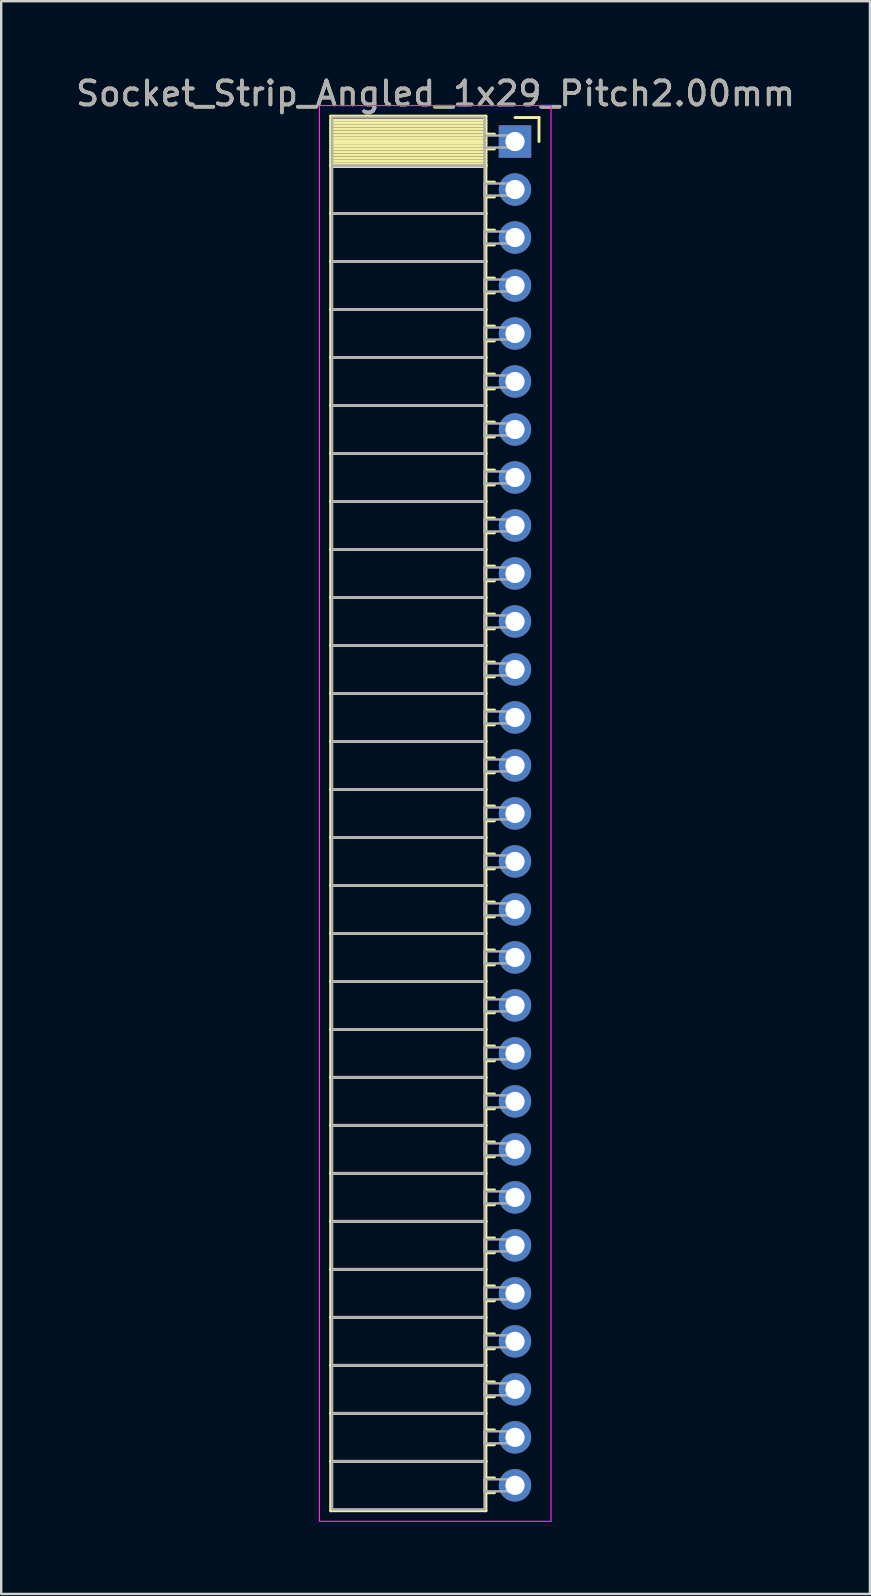
<source format=kicad_pcb>
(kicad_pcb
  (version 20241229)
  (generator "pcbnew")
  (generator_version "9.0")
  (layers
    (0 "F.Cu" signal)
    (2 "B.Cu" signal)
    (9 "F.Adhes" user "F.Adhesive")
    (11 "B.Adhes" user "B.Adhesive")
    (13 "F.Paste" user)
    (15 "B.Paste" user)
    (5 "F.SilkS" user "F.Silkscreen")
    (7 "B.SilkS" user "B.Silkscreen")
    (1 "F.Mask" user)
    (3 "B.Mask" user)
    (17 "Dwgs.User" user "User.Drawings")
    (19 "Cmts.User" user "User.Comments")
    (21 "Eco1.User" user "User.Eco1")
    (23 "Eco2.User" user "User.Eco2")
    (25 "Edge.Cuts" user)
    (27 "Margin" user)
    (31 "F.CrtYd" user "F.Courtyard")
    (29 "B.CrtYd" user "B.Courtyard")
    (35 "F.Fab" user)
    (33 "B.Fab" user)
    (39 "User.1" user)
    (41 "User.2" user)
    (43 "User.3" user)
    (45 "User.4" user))
  (footprint "Socket_Strip_Angled_1x29_Pitch2.00mm"
    (layer "F.Cu")
    (at 18.411 2.848)
    (property "Reference" "Socket_Strip_Angled_1x29_Pitch2.00mm" (at -3.31 -2 0) (layer "F.SilkS") (effects (font (size 1 1) (thickness 0.15))))
    (attr through_hole)
    (fp_line (start -7.68 -1.06) (end -1.21 -1.06) (stroke (width 0.12) (type solid)) (layer "F.SilkS"))
    (fp_line (start -7.68 1) (end -7.68 -1.06) (stroke (width 0.12) (type solid)) (layer "F.SilkS"))
    (fp_line (start -7.68 1) (end -1.21 1) (stroke (width 0.12) (type solid)) (layer "F.SilkS"))
    (fp_line (start -7.68 3) (end -7.68 1) (stroke (width 0.12) (type solid)) (layer "F.SilkS"))
    (fp_line (start -7.68 3) (end -1.21 3) (stroke (width 0.12) (type solid)) (layer "F.SilkS"))
    (fp_line (start -7.68 5) (end -7.68 3) (stroke (width 0.12) (type solid)) (layer "F.SilkS"))
    (fp_line (start -7.68 5) (end -1.21 5) (stroke (width 0.12) (type solid)) (layer "F.SilkS"))
    (fp_line (start -7.68 7) (end -7.68 5) (stroke (width 0.12) (type solid)) (layer "F.SilkS"))
    (fp_line (start -7.68 7) (end -1.21 7) (stroke (width 0.12) (type solid)) (layer "F.SilkS"))
    (fp_line (start -7.68 9) (end -7.68 7) (stroke (width 0.12) (type solid)) (layer "F.SilkS"))
    (fp_line (start -7.68 9) (end -1.21 9) (stroke (width 0.12) (type solid)) (layer "F.SilkS"))
    (fp_line (start -7.68 11) (end -7.68 9) (stroke (width 0.12) (type solid)) (layer "F.SilkS"))
    (fp_line (start -7.68 11) (end -1.21 11) (stroke (width 0.12) (type solid)) (layer "F.SilkS"))
    (fp_line (start -7.68 13) (end -7.68 11) (stroke (width 0.12) (type solid)) (layer "F.SilkS"))
    (fp_line (start -7.68 13) (end -1.21 13) (stroke (width 0.12) (type solid)) (layer "F.SilkS"))
    (fp_line (start -7.68 15) (end -7.68 13) (stroke (width 0.12) (type solid)) (layer "F.SilkS"))
    (fp_line (start -7.68 15) (end -1.21 15) (stroke (width 0.12) (type solid)) (layer "F.SilkS"))
    (fp_line (start -7.68 17) (end -7.68 15) (stroke (width 0.12) (type solid)) (layer "F.SilkS"))
    (fp_line (start -7.68 17) (end -1.21 17) (stroke (width 0.12) (type solid)) (layer "F.SilkS"))
    (fp_line (start -7.68 19) (end -7.68 17) (stroke (width 0.12) (type solid)) (layer "F.SilkS"))
    (fp_line (start -7.68 19) (end -1.21 19) (stroke (width 0.12) (type solid)) (layer "F.SilkS"))
    (fp_line (start -7.68 21) (end -7.68 19) (stroke (width 0.12) (type solid)) (layer "F.SilkS"))
    (fp_line (start -7.68 21) (end -1.21 21) (stroke (width 0.12) (type solid)) (layer "F.SilkS"))
    (fp_line (start -7.68 23) (end -7.68 21) (stroke (width 0.12) (type solid)) (layer "F.SilkS"))
    (fp_line (start -7.68 23) (end -1.21 23) (stroke (width 0.12) (type solid)) (layer "F.SilkS"))
    (fp_line (start -7.68 25) (end -7.68 23) (stroke (width 0.12) (type solid)) (layer "F.SilkS"))
    (fp_line (start -7.68 25) (end -1.21 25) (stroke (width 0.12) (type solid)) (layer "F.SilkS"))
    (fp_line (start -7.68 27) (end -7.68 25) (stroke (width 0.12) (type solid)) (layer "F.SilkS"))
    (fp_line (start -7.68 27) (end -1.21 27) (stroke (width 0.12) (type solid)) (layer "F.SilkS"))
    (fp_line (start -7.68 29) (end -7.68 27) (stroke (width 0.12) (type solid)) (layer "F.SilkS"))
    (fp_line (start -7.68 29) (end -1.21 29) (stroke (width 0.12) (type solid)) (layer "F.SilkS"))
    (fp_line (start -7.68 31) (end -7.68 29) (stroke (width 0.12) (type solid)) (layer "F.SilkS"))
    (fp_line (start -7.68 31) (end -1.21 31) (stroke (width 0.12) (type solid)) (layer "F.SilkS"))
    (fp_line (start -7.68 33) (end -7.68 31) (stroke (width 0.12) (type solid)) (layer "F.SilkS"))
    (fp_line (start -7.68 33) (end -1.21 33) (stroke (width 0.12) (type solid)) (layer "F.SilkS"))
    (fp_line (start -7.68 35) (end -7.68 33) (stroke (width 0.12) (type solid)) (layer "F.SilkS"))
    (fp_line (start -7.68 35) (end -1.21 35) (stroke (width 0.12) (type solid)) (layer "F.SilkS"))
    (fp_line (start -7.68 37) (end -7.68 35) (stroke (width 0.12) (type solid)) (layer "F.SilkS"))
    (fp_line (start -7.68 37) (end -1.21 37) (stroke (width 0.12) (type solid)) (layer "F.SilkS"))
    (fp_line (start -7.68 39) (end -7.68 37) (stroke (width 0.12) (type solid)) (layer "F.SilkS"))
    (fp_line (start -7.68 39) (end -1.21 39) (stroke (width 0.12) (type solid)) (layer "F.SilkS"))
    (fp_line (start -7.68 41) (end -7.68 39) (stroke (width 0.12) (type solid)) (layer "F.SilkS"))
    (fp_line (start -7.68 41) (end -1.21 41) (stroke (width 0.12) (type solid)) (layer "F.SilkS"))
    (fp_line (start -7.68 43) (end -7.68 41) (stroke (width 0.12) (type solid)) (layer "F.SilkS"))
    (fp_line (start -7.68 43) (end -1.21 43) (stroke (width 0.12) (type solid)) (layer "F.SilkS"))
    (fp_line (start -7.68 45) (end -7.68 43) (stroke (width 0.12) (type solid)) (layer "F.SilkS"))
    (fp_line (start -7.68 45) (end -1.21 45) (stroke (width 0.12) (type solid)) (layer "F.SilkS"))
    (fp_line (start -7.68 47) (end -7.68 45) (stroke (width 0.12) (type solid)) (layer "F.SilkS"))
    (fp_line (start -7.68 47) (end -1.21 47) (stroke (width 0.12) (type solid)) (layer "F.SilkS"))
    (fp_line (start -7.68 49) (end -7.68 47) (stroke (width 0.12) (type solid)) (layer "F.SilkS"))
    (fp_line (start -7.68 49) (end -1.21 49) (stroke (width 0.12) (type solid)) (layer "F.SilkS"))
    (fp_line (start -7.68 51) (end -7.68 49) (stroke (width 0.12) (type solid)) (layer "F.SilkS"))
    (fp_line (start -7.68 51) (end -1.21 51) (stroke (width 0.12) (type solid)) (layer "F.SilkS"))
    (fp_line (start -7.68 53) (end -7.68 51) (stroke (width 0.12) (type solid)) (layer "F.SilkS"))
    (fp_line (start -7.68 53) (end -1.21 53) (stroke (width 0.12) (type solid)) (layer "F.SilkS"))
    (fp_line (start -7.68 55) (end -7.68 53) (stroke (width 0.12) (type solid)) (layer "F.SilkS"))
    (fp_line (start -7.68 55) (end -1.21 55) (stroke (width 0.12) (type solid)) (layer "F.SilkS"))
    (fp_line (start -7.68 57.06) (end -7.68 55) (stroke (width 0.12) (type solid)) (layer "F.SilkS"))
    (fp_line (start -1.21 -1.06) (end -1.21 1) (stroke (width 0.12) (type solid)) (layer "F.SilkS"))
    (fp_line (start -1.21 -0.88) (end -7.68 -0.88) (stroke (width 0.12) (type solid)) (layer "F.SilkS"))
    (fp_line (start -1.21 -0.76) (end -7.68 -0.76) (stroke (width 0.12) (type solid)) (layer "F.SilkS"))
    (fp_line (start -1.21 -0.64) (end -7.68 -0.64) (stroke (width 0.12) (type solid)) (layer "F.SilkS"))
    (fp_line (start -1.21 -0.52) (end -7.68 -0.52) (stroke (width 0.12) (type solid)) (layer "F.SilkS"))
    (fp_line (start -1.21 -0.4) (end -7.68 -0.4) (stroke (width 0.12) (type solid)) (layer "F.SilkS"))
    (fp_line (start -1.21 -0.28) (end -7.68 -0.28) (stroke (width 0.12) (type solid)) (layer "F.SilkS"))
    (fp_line (start -1.21 -0.16) (end -7.68 -0.16) (stroke (width 0.12) (type solid)) (layer "F.SilkS"))
    (fp_line (start -1.21 -0.04) (end -7.68 -0.04) (stroke (width 0.12) (type solid)) (layer "F.SilkS"))
    (fp_line (start -1.21 0.08) (end -7.68 0.08) (stroke (width 0.12) (type solid)) (layer "F.SilkS"))
    (fp_line (start -1.21 0.2) (end -7.68 0.2) (stroke (width 0.12) (type solid)) (layer "F.SilkS"))
    (fp_line (start -1.21 0.32) (end -7.68 0.32) (stroke (width 0.12) (type solid)) (layer "F.SilkS"))
    (fp_line (start -1.21 0.44) (end -7.68 0.44) (stroke (width 0.12) (type solid)) (layer "F.SilkS"))
    (fp_line (start -1.21 0.56) (end -7.68 0.56) (stroke (width 0.12) (type solid)) (layer "F.SilkS"))
    (fp_line (start -1.21 0.68) (end -7.68 0.68) (stroke (width 0.12) (type solid)) (layer "F.SilkS"))
    (fp_line (start -1.21 0.8) (end -7.68 0.8) (stroke (width 0.12) (type solid)) (layer "F.SilkS"))
    (fp_line (start -1.21 0.92) (end -7.68 0.92) (stroke (width 0.12) (type solid)) (layer "F.SilkS"))
    (fp_line (start -1.21 1) (end -7.68 1) (stroke (width 0.12) (type solid)) (layer "F.SilkS"))
    (fp_line (start -1.21 1) (end -1.21 3) (stroke (width 0.12) (type solid)) (layer "F.SilkS"))
    (fp_line (start -1.21 1.04) (end -7.68 1.04) (stroke (width 0.12) (type solid)) (layer "F.SilkS"))
    (fp_line (start -1.21 3) (end -7.68 3) (stroke (width 0.12) (type solid)) (layer "F.SilkS"))
    (fp_line (start -1.21 3) (end -1.21 5) (stroke (width 0.12) (type solid)) (layer "F.SilkS"))
    (fp_line (start -1.21 5) (end -7.68 5) (stroke (width 0.12) (type solid)) (layer "F.SilkS"))
    (fp_line (start -1.21 5) (end -1.21 7) (stroke (width 0.12) (type solid)) (layer "F.SilkS"))
    (fp_line (start -1.21 7) (end -7.68 7) (stroke (width 0.12) (type solid)) (layer "F.SilkS"))
    (fp_line (start -1.21 7) (end -1.21 9) (stroke (width 0.12) (type solid)) (layer "F.SilkS"))
    (fp_line (start -1.21 9) (end -7.68 9) (stroke (width 0.12) (type solid)) (layer "F.SilkS"))
    (fp_line (start -1.21 9) (end -1.21 11) (stroke (width 0.12) (type solid)) (layer "F.SilkS"))
    (fp_line (start -1.21 11) (end -7.68 11) (stroke (width 0.12) (type solid)) (layer "F.SilkS"))
    (fp_line (start -1.21 11) (end -1.21 13) (stroke (width 0.12) (type solid)) (layer "F.SilkS"))
    (fp_line (start -1.21 13) (end -7.68 13) (stroke (width 0.12) (type solid)) (layer "F.SilkS"))
    (fp_line (start -1.21 13) (end -1.21 15) (stroke (width 0.12) (type solid)) (layer "F.SilkS"))
    (fp_line (start -1.21 15) (end -7.68 15) (stroke (width 0.12) (type solid)) (layer "F.SilkS"))
    (fp_line (start -1.21 15) (end -1.21 17) (stroke (width 0.12) (type solid)) (layer "F.SilkS"))
    (fp_line (start -1.21 17) (end -7.68 17) (stroke (width 0.12) (type solid)) (layer "F.SilkS"))
    (fp_line (start -1.21 17) (end -1.21 19) (stroke (width 0.12) (type solid)) (layer "F.SilkS"))
    (fp_line (start -1.21 19) (end -7.68 19) (stroke (width 0.12) (type solid)) (layer "F.SilkS"))
    (fp_line (start -1.21 19) (end -1.21 21) (stroke (width 0.12) (type solid)) (layer "F.SilkS"))
    (fp_line (start -1.21 21) (end -7.68 21) (stroke (width 0.12) (type solid)) (layer "F.SilkS"))
    (fp_line (start -1.21 21) (end -1.21 23) (stroke (width 0.12) (type solid)) (layer "F.SilkS"))
    (fp_line (start -1.21 23) (end -7.68 23) (stroke (width 0.12) (type solid)) (layer "F.SilkS"))
    (fp_line (start -1.21 23) (end -1.21 25) (stroke (width 0.12) (type solid)) (layer "F.SilkS"))
    (fp_line (start -1.21 25) (end -7.68 25) (stroke (width 0.12) (type solid)) (layer "F.SilkS"))
    (fp_line (start -1.21 25) (end -1.21 27) (stroke (width 0.12) (type solid)) (layer "F.SilkS"))
    (fp_line (start -1.21 27) (end -7.68 27) (stroke (width 0.12) (type solid)) (layer "F.SilkS"))
    (fp_line (start -1.21 27) (end -1.21 29) (stroke (width 0.12) (type solid)) (layer "F.SilkS"))
    (fp_line (start -1.21 29) (end -7.68 29) (stroke (width 0.12) (type solid)) (layer "F.SilkS"))
    (fp_line (start -1.21 29) (end -1.21 31) (stroke (width 0.12) (type solid)) (layer "F.SilkS"))
    (fp_line (start -1.21 31) (end -7.68 31) (stroke (width 0.12) (type solid)) (layer "F.SilkS"))
    (fp_line (start -1.21 31) (end -1.21 33) (stroke (width 0.12) (type solid)) (layer "F.SilkS"))
    (fp_line (start -1.21 33) (end -7.68 33) (stroke (width 0.12) (type solid)) (layer "F.SilkS"))
    (fp_line (start -1.21 33) (end -1.21 35) (stroke (width 0.12) (type solid)) (layer "F.SilkS"))
    (fp_line (start -1.21 35) (end -7.68 35) (stroke (width 0.12) (type solid)) (layer "F.SilkS"))
    (fp_line (start -1.21 35) (end -1.21 37) (stroke (width 0.12) (type solid)) (layer "F.SilkS"))
    (fp_line (start -1.21 37) (end -7.68 37) (stroke (width 0.12) (type solid)) (layer "F.SilkS"))
    (fp_line (start -1.21 37) (end -1.21 39) (stroke (width 0.12) (type solid)) (layer "F.SilkS"))
    (fp_line (start -1.21 39) (end -7.68 39) (stroke (width 0.12) (type solid)) (layer "F.SilkS"))
    (fp_line (start -1.21 39) (end -1.21 41) (stroke (width 0.12) (type solid)) (layer "F.SilkS"))
    (fp_line (start -1.21 41) (end -7.68 41) (stroke (width 0.12) (type solid)) (layer "F.SilkS"))
    (fp_line (start -1.21 41) (end -1.21 43) (stroke (width 0.12) (type solid)) (layer "F.SilkS"))
    (fp_line (start -1.21 43) (end -7.68 43) (stroke (width 0.12) (type solid)) (layer "F.SilkS"))
    (fp_line (start -1.21 43) (end -1.21 45) (stroke (width 0.12) (type solid)) (layer "F.SilkS"))
    (fp_line (start -1.21 45) (end -7.68 45) (stroke (width 0.12) (type solid)) (layer "F.SilkS"))
    (fp_line (start -1.21 45) (end -1.21 47) (stroke (width 0.12) (type solid)) (layer "F.SilkS"))
    (fp_line (start -1.21 47) (end -7.68 47) (stroke (width 0.12) (type solid)) (layer "F.SilkS"))
    (fp_line (start -1.21 47) (end -1.21 49) (stroke (width 0.12) (type solid)) (layer "F.SilkS"))
    (fp_line (start -1.21 49) (end -7.68 49) (stroke (width 0.12) (type solid)) (layer "F.SilkS"))
    (fp_line (start -1.21 49) (end -1.21 51) (stroke (width 0.12) (type solid)) (layer "F.SilkS"))
    (fp_line (start -1.21 51) (end -7.68 51) (stroke (width 0.12) (type solid)) (layer "F.SilkS"))
    (fp_line (start -1.21 51) (end -1.21 53) (stroke (width 0.12) (type solid)) (layer "F.SilkS"))
    (fp_line (start -1.21 53) (end -7.68 53) (stroke (width 0.12) (type solid)) (layer "F.SilkS"))
    (fp_line (start -1.21 53) (end -1.21 55) (stroke (width 0.12) (type solid)) (layer "F.SilkS"))
    (fp_line (start -1.21 55) (end -7.68 55) (stroke (width 0.12) (type solid)) (layer "F.SilkS"))
    (fp_line (start -1.21 55) (end -1.21 57.06) (stroke (width 0.12) (type solid)) (layer "F.SilkS"))
    (fp_line (start -1.21 57.06) (end -7.68 57.06) (stroke (width 0.12) (type solid)) (layer "F.SilkS"))
    (fp_line (start -0.855 -0.31) (end -1.21 -0.31) (stroke (width 0.12) (type solid)) (layer "F.SilkS"))
    (fp_line (start -0.855 0.31) (end -1.21 0.31) (stroke (width 0.12) (type solid)) (layer "F.SilkS"))
    (fp_line (start -0.855 1.69) (end -1.21 1.69) (stroke (width 0.12) (type solid)) (layer "F.SilkS"))
    (fp_line (start -0.855 2.31) (end -1.21 2.31) (stroke (width 0.12) (type solid)) (layer "F.SilkS"))
    (fp_line (start -0.855 3.69) (end -1.21 3.69) (stroke (width 0.12) (type solid)) (layer "F.SilkS"))
    (fp_line (start -0.855 4.31) (end -1.21 4.31) (stroke (width 0.12) (type solid)) (layer "F.SilkS"))
    (fp_line (start -0.855 5.69) (end -1.21 5.69) (stroke (width 0.12) (type solid)) (layer "F.SilkS"))
    (fp_line (start -0.855 6.31) (end -1.21 6.31) (stroke (width 0.12) (type solid)) (layer "F.SilkS"))
    (fp_line (start -0.855 7.69) (end -1.21 7.69) (stroke (width 0.12) (type solid)) (layer "F.SilkS"))
    (fp_line (start -0.855 8.31) (end -1.21 8.31) (stroke (width 0.12) (type solid)) (layer "F.SilkS"))
    (fp_line (start -0.855 9.69) (end -1.21 9.69) (stroke (width 0.12) (type solid)) (layer "F.SilkS"))
    (fp_line (start -0.855 10.31) (end -1.21 10.31) (stroke (width 0.12) (type solid)) (layer "F.SilkS"))
    (fp_line (start -0.855 11.69) (end -1.21 11.69) (stroke (width 0.12) (type solid)) (layer "F.SilkS"))
    (fp_line (start -0.855 12.31) (end -1.21 12.31) (stroke (width 0.12) (type solid)) (layer "F.SilkS"))
    (fp_line (start -0.855 13.69) (end -1.21 13.69) (stroke (width 0.12) (type solid)) (layer "F.SilkS"))
    (fp_line (start -0.855 14.31) (end -1.21 14.31) (stroke (width 0.12) (type solid)) (layer "F.SilkS"))
    (fp_line (start -0.855 15.69) (end -1.21 15.69) (stroke (width 0.12) (type solid)) (layer "F.SilkS"))
    (fp_line (start -0.855 16.31) (end -1.21 16.31) (stroke (width 0.12) (type solid)) (layer "F.SilkS"))
    (fp_line (start -0.855 17.69) (end -1.21 17.69) (stroke (width 0.12) (type solid)) (layer "F.SilkS"))
    (fp_line (start -0.855 18.31) (end -1.21 18.31) (stroke (width 0.12) (type solid)) (layer "F.SilkS"))
    (fp_line (start -0.855 19.69) (end -1.21 19.69) (stroke (width 0.12) (type solid)) (layer "F.SilkS"))
    (fp_line (start -0.855 20.31) (end -1.21 20.31) (stroke (width 0.12) (type solid)) (layer "F.SilkS"))
    (fp_line (start -0.855 21.69) (end -1.21 21.69) (stroke (width 0.12) (type solid)) (layer "F.SilkS"))
    (fp_line (start -0.855 22.31) (end -1.21 22.31) (stroke (width 0.12) (type solid)) (layer "F.SilkS"))
    (fp_line (start -0.855 23.69) (end -1.21 23.69) (stroke (width 0.12) (type solid)) (layer "F.SilkS"))
    (fp_line (start -0.855 24.31) (end -1.21 24.31) (stroke (width 0.12) (type solid)) (layer "F.SilkS"))
    (fp_line (start -0.855 25.69) (end -1.21 25.69) (stroke (width 0.12) (type solid)) (layer "F.SilkS"))
    (fp_line (start -0.855 26.31) (end -1.21 26.31) (stroke (width 0.12) (type solid)) (layer "F.SilkS"))
    (fp_line (start -0.855 27.69) (end -1.21 27.69) (stroke (width 0.12) (type solid)) (layer "F.SilkS"))
    (fp_line (start -0.855 28.31) (end -1.21 28.31) (stroke (width 0.12) (type solid)) (layer "F.SilkS"))
    (fp_line (start -0.855 29.69) (end -1.21 29.69) (stroke (width 0.12) (type solid)) (layer "F.SilkS"))
    (fp_line (start -0.855 30.31) (end -1.21 30.31) (stroke (width 0.12) (type solid)) (layer "F.SilkS"))
    (fp_line (start -0.855 31.69) (end -1.21 31.69) (stroke (width 0.12) (type solid)) (layer "F.SilkS"))
    (fp_line (start -0.855 32.31) (end -1.21 32.31) (stroke (width 0.12) (type solid)) (layer "F.SilkS"))
    (fp_line (start -0.855 33.69) (end -1.21 33.69) (stroke (width 0.12) (type solid)) (layer "F.SilkS"))
    (fp_line (start -0.855 34.31) (end -1.21 34.31) (stroke (width 0.12) (type solid)) (layer "F.SilkS"))
    (fp_line (start -0.855 35.69) (end -1.21 35.69) (stroke (width 0.12) (type solid)) (layer "F.SilkS"))
    (fp_line (start -0.855 36.31) (end -1.21 36.31) (stroke (width 0.12) (type solid)) (layer "F.SilkS"))
    (fp_line (start -0.855 37.69) (end -1.21 37.69) (stroke (width 0.12) (type solid)) (layer "F.SilkS"))
    (fp_line (start -0.855 38.31) (end -1.21 38.31) (stroke (width 0.12) (type solid)) (layer "F.SilkS"))
    (fp_line (start -0.855 39.69) (end -1.21 39.69) (stroke (width 0.12) (type solid)) (layer "F.SilkS"))
    (fp_line (start -0.855 40.31) (end -1.21 40.31) (stroke (width 0.12) (type solid)) (layer "F.SilkS"))
    (fp_line (start -0.855 41.69) (end -1.21 41.69) (stroke (width 0.12) (type solid)) (layer "F.SilkS"))
    (fp_line (start -0.855 42.31) (end -1.21 42.31) (stroke (width 0.12) (type solid)) (layer "F.SilkS"))
    (fp_line (start -0.855 43.69) (end -1.21 43.69) (stroke (width 0.12) (type solid)) (layer "F.SilkS"))
    (fp_line (start -0.855 44.31) (end -1.21 44.31) (stroke (width 0.12) (type solid)) (layer "F.SilkS"))
    (fp_line (start -0.855 45.69) (end -1.21 45.69) (stroke (width 0.12) (type solid)) (layer "F.SilkS"))
    (fp_line (start -0.855 46.31) (end -1.21 46.31) (stroke (width 0.12) (type solid)) (layer "F.SilkS"))
    (fp_line (start -0.855 47.69) (end -1.21 47.69) (stroke (width 0.12) (type solid)) (layer "F.SilkS"))
    (fp_line (start -0.855 48.31) (end -1.21 48.31) (stroke (width 0.12) (type solid)) (layer "F.SilkS"))
    (fp_line (start -0.855 49.69) (end -1.21 49.69) (stroke (width 0.12) (type solid)) (layer "F.SilkS"))
    (fp_line (start -0.855 50.31) (end -1.21 50.31) (stroke (width 0.12) (type solid)) (layer "F.SilkS"))
    (fp_line (start -0.855 51.69) (end -1.21 51.69) (stroke (width 0.12) (type solid)) (layer "F.SilkS"))
    (fp_line (start -0.855 52.31) (end -1.21 52.31) (stroke (width 0.12) (type solid)) (layer "F.SilkS"))
    (fp_line (start -0.855 53.69) (end -1.21 53.69) (stroke (width 0.12) (type solid)) (layer "F.SilkS"))
    (fp_line (start -0.855 54.31) (end -1.21 54.31) (stroke (width 0.12) (type solid)) (layer "F.SilkS"))
    (fp_line (start -0.855 55.69) (end -1.21 55.69) (stroke (width 0.12) (type solid)) (layer "F.SilkS"))
    (fp_line (start -0.855 56.31) (end -1.21 56.31) (stroke (width 0.12) (type solid)) (layer "F.SilkS"))
    (fp_line (start 0 -1) (end 1 -1) (stroke (width 0.12) (type solid)) (layer "F.SilkS"))
    (fp_line (start 1 -1) (end 1 0) (stroke (width 0.12) (type solid)) (layer "F.SilkS"))
    (fp_line (start -8.15 -1.5) (end 1.5 -1.5) (stroke (width 0.05) (type solid)) (layer "F.CrtYd"))
    (fp_line (start -8.15 57.5) (end -8.15 -1.5) (stroke (width 0.05) (type solid)) (layer "F.CrtYd"))
    (fp_line (start 1.5 -1.5) (end 1.5 57.5) (stroke (width 0.05) (type solid)) (layer "F.CrtYd"))
    (fp_line (start 1.5 57.5) (end -8.15 57.5) (stroke (width 0.05) (type solid)) (layer "F.CrtYd"))
    (fp_line (start -7.62 -1) (end -1.27 -1) (stroke (width 0.1) (type solid)) (layer "F.Fab"))
    (fp_line (start -7.62 1) (end -7.62 -1) (stroke (width 0.1) (type solid)) (layer "F.Fab"))
    (fp_line (start -7.62 1) (end -1.27 1) (stroke (width 0.1) (type solid)) (layer "F.Fab"))
    (fp_line (start -7.62 3) (end -7.62 1) (stroke (width 0.1) (type solid)) (layer "F.Fab"))
    (fp_line (start -7.62 3) (end -1.27 3) (stroke (width 0.1) (type solid)) (layer "F.Fab"))
    (fp_line (start -7.62 5) (end -7.62 3) (stroke (width 0.1) (type solid)) (layer "F.Fab"))
    (fp_line (start -7.62 5) (end -1.27 5) (stroke (width 0.1) (type solid)) (layer "F.Fab"))
    (fp_line (start -7.62 7) (end -7.62 5) (stroke (width 0.1) (type solid)) (layer "F.Fab"))
    (fp_line (start -7.62 7) (end -1.27 7) (stroke (width 0.1) (type solid)) (layer "F.Fab"))
    (fp_line (start -7.62 9) (end -7.62 7) (stroke (width 0.1) (type solid)) (layer "F.Fab"))
    (fp_line (start -7.62 9) (end -1.27 9) (stroke (width 0.1) (type solid)) (layer "F.Fab"))
    (fp_line (start -7.62 11) (end -7.62 9) (stroke (width 0.1) (type solid)) (layer "F.Fab"))
    (fp_line (start -7.62 11) (end -1.27 11) (stroke (width 0.1) (type solid)) (layer "F.Fab"))
    (fp_line (start -7.62 13) (end -7.62 11) (stroke (width 0.1) (type solid)) (layer "F.Fab"))
    (fp_line (start -7.62 13) (end -1.27 13) (stroke (width 0.1) (type solid)) (layer "F.Fab"))
    (fp_line (start -7.62 15) (end -7.62 13) (stroke (width 0.1) (type solid)) (layer "F.Fab"))
    (fp_line (start -7.62 15) (end -1.27 15) (stroke (width 0.1) (type solid)) (layer "F.Fab"))
    (fp_line (start -7.62 17) (end -7.62 15) (stroke (width 0.1) (type solid)) (layer "F.Fab"))
    (fp_line (start -7.62 17) (end -1.27 17) (stroke (width 0.1) (type solid)) (layer "F.Fab"))
    (fp_line (start -7.62 19) (end -7.62 17) (stroke (width 0.1) (type solid)) (layer "F.Fab"))
    (fp_line (start -7.62 19) (end -1.27 19) (stroke (width 0.1) (type solid)) (layer "F.Fab"))
    (fp_line (start -7.62 21) (end -7.62 19) (stroke (width 0.1) (type solid)) (layer "F.Fab"))
    (fp_line (start -7.62 21) (end -1.27 21) (stroke (width 0.1) (type solid)) (layer "F.Fab"))
    (fp_line (start -7.62 23) (end -7.62 21) (stroke (width 0.1) (type solid)) (layer "F.Fab"))
    (fp_line (start -7.62 23) (end -1.27 23) (stroke (width 0.1) (type solid)) (layer "F.Fab"))
    (fp_line (start -7.62 25) (end -7.62 23) (stroke (width 0.1) (type solid)) (layer "F.Fab"))
    (fp_line (start -7.62 25) (end -1.27 25) (stroke (width 0.1) (type solid)) (layer "F.Fab"))
    (fp_line (start -7.62 27) (end -7.62 25) (stroke (width 0.1) (type solid)) (layer "F.Fab"))
    (fp_line (start -7.62 27) (end -1.27 27) (stroke (width 0.1) (type solid)) (layer "F.Fab"))
    (fp_line (start -7.62 29) (end -7.62 27) (stroke (width 0.1) (type solid)) (layer "F.Fab"))
    (fp_line (start -7.62 29) (end -1.27 29) (stroke (width 0.1) (type solid)) (layer "F.Fab"))
    (fp_line (start -7.62 31) (end -7.62 29) (stroke (width 0.1) (type solid)) (layer "F.Fab"))
    (fp_line (start -7.62 31) (end -1.27 31) (stroke (width 0.1) (type solid)) (layer "F.Fab"))
    (fp_line (start -7.62 33) (end -7.62 31) (stroke (width 0.1) (type solid)) (layer "F.Fab"))
    (fp_line (start -7.62 33) (end -1.27 33) (stroke (width 0.1) (type solid)) (layer "F.Fab"))
    (fp_line (start -7.62 35) (end -7.62 33) (stroke (width 0.1) (type solid)) (layer "F.Fab"))
    (fp_line (start -7.62 35) (end -1.27 35) (stroke (width 0.1) (type solid)) (layer "F.Fab"))
    (fp_line (start -7.62 37) (end -7.62 35) (stroke (width 0.1) (type solid)) (layer "F.Fab"))
    (fp_line (start -7.62 37) (end -1.27 37) (stroke (width 0.1) (type solid)) (layer "F.Fab"))
    (fp_line (start -7.62 39) (end -7.62 37) (stroke (width 0.1) (type solid)) (layer "F.Fab"))
    (fp_line (start -7.62 39) (end -1.27 39) (stroke (width 0.1) (type solid)) (layer "F.Fab"))
    (fp_line (start -7.62 41) (end -7.62 39) (stroke (width 0.1) (type solid)) (layer "F.Fab"))
    (fp_line (start -7.62 41) (end -1.27 41) (stroke (width 0.1) (type solid)) (layer "F.Fab"))
    (fp_line (start -7.62 43) (end -7.62 41) (stroke (width 0.1) (type solid)) (layer "F.Fab"))
    (fp_line (start -7.62 43) (end -1.27 43) (stroke (width 0.1) (type solid)) (layer "F.Fab"))
    (fp_line (start -7.62 45) (end -7.62 43) (stroke (width 0.1) (type solid)) (layer "F.Fab"))
    (fp_line (start -7.62 45) (end -1.27 45) (stroke (width 0.1) (type solid)) (layer "F.Fab"))
    (fp_line (start -7.62 47) (end -7.62 45) (stroke (width 0.1) (type solid)) (layer "F.Fab"))
    (fp_line (start -7.62 47) (end -1.27 47) (stroke (width 0.1) (type solid)) (layer "F.Fab"))
    (fp_line (start -7.62 49) (end -7.62 47) (stroke (width 0.1) (type solid)) (layer "F.Fab"))
    (fp_line (start -7.62 49) (end -1.27 49) (stroke (width 0.1) (type solid)) (layer "F.Fab"))
    (fp_line (start -7.62 51) (end -7.62 49) (stroke (width 0.1) (type solid)) (layer "F.Fab"))
    (fp_line (start -7.62 51) (end -1.27 51) (stroke (width 0.1) (type solid)) (layer "F.Fab"))
    (fp_line (start -7.62 53) (end -7.62 51) (stroke (width 0.1) (type solid)) (layer "F.Fab"))
    (fp_line (start -7.62 53) (end -1.27 53) (stroke (width 0.1) (type solid)) (layer "F.Fab"))
    (fp_line (start -7.62 55) (end -7.62 53) (stroke (width 0.1) (type solid)) (layer "F.Fab"))
    (fp_line (start -7.62 55) (end -1.27 55) (stroke (width 0.1) (type solid)) (layer "F.Fab"))
    (fp_line (start -7.62 57) (end -7.62 55) (stroke (width 0.1) (type solid)) (layer "F.Fab"))
    (fp_line (start -1.27 -1) (end -1.27 1) (stroke (width 0.1) (type solid)) (layer "F.Fab"))
    (fp_line (start -1.27 -0.25) (end 0 -0.25) (stroke (width 0.1) (type solid)) (layer "F.Fab"))
    (fp_line (start -1.27 0.25) (end -1.27 -0.25) (stroke (width 0.1) (type solid)) (layer "F.Fab"))
    (fp_line (start -1.27 1) (end -7.62 1) (stroke (width 0.1) (type solid)) (layer "F.Fab"))
    (fp_line (start -1.27 1) (end -1.27 3) (stroke (width 0.1) (type solid)) (layer "F.Fab"))
    (fp_line (start -1.27 1.75) (end 0 1.75) (stroke (width 0.1) (type solid)) (layer "F.Fab"))
    (fp_line (start -1.27 2.25) (end -1.27 1.75) (stroke (width 0.1) (type solid)) (layer "F.Fab"))
    (fp_line (start -1.27 3) (end -7.62 3) (stroke (width 0.1) (type solid)) (layer "F.Fab"))
    (fp_line (start -1.27 3) (end -1.27 5) (stroke (width 0.1) (type solid)) (layer "F.Fab"))
    (fp_line (start -1.27 3.75) (end 0 3.75) (stroke (width 0.1) (type solid)) (layer "F.Fab"))
    (fp_line (start -1.27 4.25) (end -1.27 3.75) (stroke (width 0.1) (type solid)) (layer "F.Fab"))
    (fp_line (start -1.27 5) (end -7.62 5) (stroke (width 0.1) (type solid)) (layer "F.Fab"))
    (fp_line (start -1.27 5) (end -1.27 7) (stroke (width 0.1) (type solid)) (layer "F.Fab"))
    (fp_line (start -1.27 5.75) (end 0 5.75) (stroke (width 0.1) (type solid)) (layer "F.Fab"))
    (fp_line (start -1.27 6.25) (end -1.27 5.75) (stroke (width 0.1) (type solid)) (layer "F.Fab"))
    (fp_line (start -1.27 7) (end -7.62 7) (stroke (width 0.1) (type solid)) (layer "F.Fab"))
    (fp_line (start -1.27 7) (end -1.27 9) (stroke (width 0.1) (type solid)) (layer "F.Fab"))
    (fp_line (start -1.27 7.75) (end 0 7.75) (stroke (width 0.1) (type solid)) (layer "F.Fab"))
    (fp_line (start -1.27 8.25) (end -1.27 7.75) (stroke (width 0.1) (type solid)) (layer "F.Fab"))
    (fp_line (start -1.27 9) (end -7.62 9) (stroke (width 0.1) (type solid)) (layer "F.Fab"))
    (fp_line (start -1.27 9) (end -1.27 11) (stroke (width 0.1) (type solid)) (layer "F.Fab"))
    (fp_line (start -1.27 9.75) (end 0 9.75) (stroke (width 0.1) (type solid)) (layer "F.Fab"))
    (fp_line (start -1.27 10.25) (end -1.27 9.75) (stroke (width 0.1) (type solid)) (layer "F.Fab"))
    (fp_line (start -1.27 11) (end -7.62 11) (stroke (width 0.1) (type solid)) (layer "F.Fab"))
    (fp_line (start -1.27 11) (end -1.27 13) (stroke (width 0.1) (type solid)) (layer "F.Fab"))
    (fp_line (start -1.27 11.75) (end 0 11.75) (stroke (width 0.1) (type solid)) (layer "F.Fab"))
    (fp_line (start -1.27 12.25) (end -1.27 11.75) (stroke (width 0.1) (type solid)) (layer "F.Fab"))
    (fp_line (start -1.27 13) (end -7.62 13) (stroke (width 0.1) (type solid)) (layer "F.Fab"))
    (fp_line (start -1.27 13) (end -1.27 15) (stroke (width 0.1) (type solid)) (layer "F.Fab"))
    (fp_line (start -1.27 13.75) (end 0 13.75) (stroke (width 0.1) (type solid)) (layer "F.Fab"))
    (fp_line (start -1.27 14.25) (end -1.27 13.75) (stroke (width 0.1) (type solid)) (layer "F.Fab"))
    (fp_line (start -1.27 15) (end -7.62 15) (stroke (width 0.1) (type solid)) (layer "F.Fab"))
    (fp_line (start -1.27 15) (end -1.27 17) (stroke (width 0.1) (type solid)) (layer "F.Fab"))
    (fp_line (start -1.27 15.75) (end 0 15.75) (stroke (width 0.1) (type solid)) (layer "F.Fab"))
    (fp_line (start -1.27 16.25) (end -1.27 15.75) (stroke (width 0.1) (type solid)) (layer "F.Fab"))
    (fp_line (start -1.27 17) (end -7.62 17) (stroke (width 0.1) (type solid)) (layer "F.Fab"))
    (fp_line (start -1.27 17) (end -1.27 19) (stroke (width 0.1) (type solid)) (layer "F.Fab"))
    (fp_line (start -1.27 17.75) (end 0 17.75) (stroke (width 0.1) (type solid)) (layer "F.Fab"))
    (fp_line (start -1.27 18.25) (end -1.27 17.75) (stroke (width 0.1) (type solid)) (layer "F.Fab"))
    (fp_line (start -1.27 19) (end -7.62 19) (stroke (width 0.1) (type solid)) (layer "F.Fab"))
    (fp_line (start -1.27 19) (end -1.27 21) (stroke (width 0.1) (type solid)) (layer "F.Fab"))
    (fp_line (start -1.27 19.75) (end 0 19.75) (stroke (width 0.1) (type solid)) (layer "F.Fab"))
    (fp_line (start -1.27 20.25) (end -1.27 19.75) (stroke (width 0.1) (type solid)) (layer "F.Fab"))
    (fp_line (start -1.27 21) (end -7.62 21) (stroke (width 0.1) (type solid)) (layer "F.Fab"))
    (fp_line (start -1.27 21) (end -1.27 23) (stroke (width 0.1) (type solid)) (layer "F.Fab"))
    (fp_line (start -1.27 21.75) (end 0 21.75) (stroke (width 0.1) (type solid)) (layer "F.Fab"))
    (fp_line (start -1.27 22.25) (end -1.27 21.75) (stroke (width 0.1) (type solid)) (layer "F.Fab"))
    (fp_line (start -1.27 23) (end -7.62 23) (stroke (width 0.1) (type solid)) (layer "F.Fab"))
    (fp_line (start -1.27 23) (end -1.27 25) (stroke (width 0.1) (type solid)) (layer "F.Fab"))
    (fp_line (start -1.27 23.75) (end 0 23.75) (stroke (width 0.1) (type solid)) (layer "F.Fab"))
    (fp_line (start -1.27 24.25) (end -1.27 23.75) (stroke (width 0.1) (type solid)) (layer "F.Fab"))
    (fp_line (start -1.27 25) (end -7.62 25) (stroke (width 0.1) (type solid)) (layer "F.Fab"))
    (fp_line (start -1.27 25) (end -1.27 27) (stroke (width 0.1) (type solid)) (layer "F.Fab"))
    (fp_line (start -1.27 25.75) (end 0 25.75) (stroke (width 0.1) (type solid)) (layer "F.Fab"))
    (fp_line (start -1.27 26.25) (end -1.27 25.75) (stroke (width 0.1) (type solid)) (layer "F.Fab"))
    (fp_line (start -1.27 27) (end -7.62 27) (stroke (width 0.1) (type solid)) (layer "F.Fab"))
    (fp_line (start -1.27 27) (end -1.27 29) (stroke (width 0.1) (type solid)) (layer "F.Fab"))
    (fp_line (start -1.27 27.75) (end 0 27.75) (stroke (width 0.1) (type solid)) (layer "F.Fab"))
    (fp_line (start -1.27 28.25) (end -1.27 27.75) (stroke (width 0.1) (type solid)) (layer "F.Fab"))
    (fp_line (start -1.27 29) (end -7.62 29) (stroke (width 0.1) (type solid)) (layer "F.Fab"))
    (fp_line (start -1.27 29) (end -1.27 31) (stroke (width 0.1) (type solid)) (layer "F.Fab"))
    (fp_line (start -1.27 29.75) (end 0 29.75) (stroke (width 0.1) (type solid)) (layer "F.Fab"))
    (fp_line (start -1.27 30.25) (end -1.27 29.75) (stroke (width 0.1) (type solid)) (layer "F.Fab"))
    (fp_line (start -1.27 31) (end -7.62 31) (stroke (width 0.1) (type solid)) (layer "F.Fab"))
    (fp_line (start -1.27 31) (end -1.27 33) (stroke (width 0.1) (type solid)) (layer "F.Fab"))
    (fp_line (start -1.27 31.75) (end 0 31.75) (stroke (width 0.1) (type solid)) (layer "F.Fab"))
    (fp_line (start -1.27 32.25) (end -1.27 31.75) (stroke (width 0.1) (type solid)) (layer "F.Fab"))
    (fp_line (start -1.27 33) (end -7.62 33) (stroke (width 0.1) (type solid)) (layer "F.Fab"))
    (fp_line (start -1.27 33) (end -1.27 35) (stroke (width 0.1) (type solid)) (layer "F.Fab"))
    (fp_line (start -1.27 33.75) (end 0 33.75) (stroke (width 0.1) (type solid)) (layer "F.Fab"))
    (fp_line (start -1.27 34.25) (end -1.27 33.75) (stroke (width 0.1) (type solid)) (layer "F.Fab"))
    (fp_line (start -1.27 35) (end -7.62 35) (stroke (width 0.1) (type solid)) (layer "F.Fab"))
    (fp_line (start -1.27 35) (end -1.27 37) (stroke (width 0.1) (type solid)) (layer "F.Fab"))
    (fp_line (start -1.27 35.75) (end 0 35.75) (stroke (width 0.1) (type solid)) (layer "F.Fab"))
    (fp_line (start -1.27 36.25) (end -1.27 35.75) (stroke (width 0.1) (type solid)) (layer "F.Fab"))
    (fp_line (start -1.27 37) (end -7.62 37) (stroke (width 0.1) (type solid)) (layer "F.Fab"))
    (fp_line (start -1.27 37) (end -1.27 39) (stroke (width 0.1) (type solid)) (layer "F.Fab"))
    (fp_line (start -1.27 37.75) (end 0 37.75) (stroke (width 0.1) (type solid)) (layer "F.Fab"))
    (fp_line (start -1.27 38.25) (end -1.27 37.75) (stroke (width 0.1) (type solid)) (layer "F.Fab"))
    (fp_line (start -1.27 39) (end -7.62 39) (stroke (width 0.1) (type solid)) (layer "F.Fab"))
    (fp_line (start -1.27 39) (end -1.27 41) (stroke (width 0.1) (type solid)) (layer "F.Fab"))
    (fp_line (start -1.27 39.75) (end 0 39.75) (stroke (width 0.1) (type solid)) (layer "F.Fab"))
    (fp_line (start -1.27 40.25) (end -1.27 39.75) (stroke (width 0.1) (type solid)) (layer "F.Fab"))
    (fp_line (start -1.27 41) (end -7.62 41) (stroke (width 0.1) (type solid)) (layer "F.Fab"))
    (fp_line (start -1.27 41) (end -1.27 43) (stroke (width 0.1) (type solid)) (layer "F.Fab"))
    (fp_line (start -1.27 41.75) (end 0 41.75) (stroke (width 0.1) (type solid)) (layer "F.Fab"))
    (fp_line (start -1.27 42.25) (end -1.27 41.75) (stroke (width 0.1) (type solid)) (layer "F.Fab"))
    (fp_line (start -1.27 43) (end -7.62 43) (stroke (width 0.1) (type solid)) (layer "F.Fab"))
    (fp_line (start -1.27 43) (end -1.27 45) (stroke (width 0.1) (type solid)) (layer "F.Fab"))
    (fp_line (start -1.27 43.75) (end 0 43.75) (stroke (width 0.1) (type solid)) (layer "F.Fab"))
    (fp_line (start -1.27 44.25) (end -1.27 43.75) (stroke (width 0.1) (type solid)) (layer "F.Fab"))
    (fp_line (start -1.27 45) (end -7.62 45) (stroke (width 0.1) (type solid)) (layer "F.Fab"))
    (fp_line (start -1.27 45) (end -1.27 47) (stroke (width 0.1) (type solid)) (layer "F.Fab"))
    (fp_line (start -1.27 45.75) (end 0 45.75) (stroke (width 0.1) (type solid)) (layer "F.Fab"))
    (fp_line (start -1.27 46.25) (end -1.27 45.75) (stroke (width 0.1) (type solid)) (layer "F.Fab"))
    (fp_line (start -1.27 47) (end -7.62 47) (stroke (width 0.1) (type solid)) (layer "F.Fab"))
    (fp_line (start -1.27 47) (end -1.27 49) (stroke (width 0.1) (type solid)) (layer "F.Fab"))
    (fp_line (start -1.27 47.75) (end 0 47.75) (stroke (width 0.1) (type solid)) (layer "F.Fab"))
    (fp_line (start -1.27 48.25) (end -1.27 47.75) (stroke (width 0.1) (type solid)) (layer "F.Fab"))
    (fp_line (start -1.27 49) (end -7.62 49) (stroke (width 0.1) (type solid)) (layer "F.Fab"))
    (fp_line (start -1.27 49) (end -1.27 51) (stroke (width 0.1) (type solid)) (layer "F.Fab"))
    (fp_line (start -1.27 49.75) (end 0 49.75) (stroke (width 0.1) (type solid)) (layer "F.Fab"))
    (fp_line (start -1.27 50.25) (end -1.27 49.75) (stroke (width 0.1) (type solid)) (layer "F.Fab"))
    (fp_line (start -1.27 51) (end -7.62 51) (stroke (width 0.1) (type solid)) (layer "F.Fab"))
    (fp_line (start -1.27 51) (end -1.27 53) (stroke (width 0.1) (type solid)) (layer "F.Fab"))
    (fp_line (start -1.27 51.75) (end 0 51.75) (stroke (width 0.1) (type solid)) (layer "F.Fab"))
    (fp_line (start -1.27 52.25) (end -1.27 51.75) (stroke (width 0.1) (type solid)) (layer "F.Fab"))
    (fp_line (start -1.27 53) (end -7.62 53) (stroke (width 0.1) (type solid)) (layer "F.Fab"))
    (fp_line (start -1.27 53) (end -1.27 55) (stroke (width 0.1) (type solid)) (layer "F.Fab"))
    (fp_line (start -1.27 53.75) (end 0 53.75) (stroke (width 0.1) (type solid)) (layer "F.Fab"))
    (fp_line (start -1.27 54.25) (end -1.27 53.75) (stroke (width 0.1) (type solid)) (layer "F.Fab"))
    (fp_line (start -1.27 55) (end -7.62 55) (stroke (width 0.1) (type solid)) (layer "F.Fab"))
    (fp_line (start -1.27 55) (end -1.27 57) (stroke (width 0.1) (type solid)) (layer "F.Fab"))
    (fp_line (start -1.27 55.75) (end 0 55.75) (stroke (width 0.1) (type solid)) (layer "F.Fab"))
    (fp_line (start -1.27 56.25) (end -1.27 55.75) (stroke (width 0.1) (type solid)) (layer "F.Fab"))
    (fp_line (start -1.27 57) (end -7.62 57) (stroke (width 0.1) (type solid)) (layer "F.Fab"))
    (fp_line (start 0 -0.25) (end 0 0.25) (stroke (width 0.1) (type solid)) (layer "F.Fab"))
    (fp_line (start 0 0.25) (end -1.27 0.25) (stroke (width 0.1) (type solid)) (layer "F.Fab"))
    (fp_line (start 0 1.75) (end 0 2.25) (stroke (width 0.1) (type solid)) (layer "F.Fab"))
    (fp_line (start 0 2.25) (end -1.27 2.25) (stroke (width 0.1) (type solid)) (layer "F.Fab"))
    (fp_line (start 0 3.75) (end 0 4.25) (stroke (width 0.1) (type solid)) (layer "F.Fab"))
    (fp_line (start 0 4.25) (end -1.27 4.25) (stroke (width 0.1) (type solid)) (layer "F.Fab"))
    (fp_line (start 0 5.75) (end 0 6.25) (stroke (width 0.1) (type solid)) (layer "F.Fab"))
    (fp_line (start 0 6.25) (end -1.27 6.25) (stroke (width 0.1) (type solid)) (layer "F.Fab"))
    (fp_line (start 0 7.75) (end 0 8.25) (stroke (width 0.1) (type solid)) (layer "F.Fab"))
    (fp_line (start 0 8.25) (end -1.27 8.25) (stroke (width 0.1) (type solid)) (layer "F.Fab"))
    (fp_line (start 0 9.75) (end 0 10.25) (stroke (width 0.1) (type solid)) (layer "F.Fab"))
    (fp_line (start 0 10.25) (end -1.27 10.25) (stroke (width 0.1) (type solid)) (layer "F.Fab"))
    (fp_line (start 0 11.75) (end 0 12.25) (stroke (width 0.1) (type solid)) (layer "F.Fab"))
    (fp_line (start 0 12.25) (end -1.27 12.25) (stroke (width 0.1) (type solid)) (layer "F.Fab"))
    (fp_line (start 0 13.75) (end 0 14.25) (stroke (width 0.1) (type solid)) (layer "F.Fab"))
    (fp_line (start 0 14.25) (end -1.27 14.25) (stroke (width 0.1) (type solid)) (layer "F.Fab"))
    (fp_line (start 0 15.75) (end 0 16.25) (stroke (width 0.1) (type solid)) (layer "F.Fab"))
    (fp_line (start 0 16.25) (end -1.27 16.25) (stroke (width 0.1) (type solid)) (layer "F.Fab"))
    (fp_line (start 0 17.75) (end 0 18.25) (stroke (width 0.1) (type solid)) (layer "F.Fab"))
    (fp_line (start 0 18.25) (end -1.27 18.25) (stroke (width 0.1) (type solid)) (layer "F.Fab"))
    (fp_line (start 0 19.75) (end 0 20.25) (stroke (width 0.1) (type solid)) (layer "F.Fab"))
    (fp_line (start 0 20.25) (end -1.27 20.25) (stroke (width 0.1) (type solid)) (layer "F.Fab"))
    (fp_line (start 0 21.75) (end 0 22.25) (stroke (width 0.1) (type solid)) (layer "F.Fab"))
    (fp_line (start 0 22.25) (end -1.27 22.25) (stroke (width 0.1) (type solid)) (layer "F.Fab"))
    (fp_line (start 0 23.75) (end 0 24.25) (stroke (width 0.1) (type solid)) (layer "F.Fab"))
    (fp_line (start 0 24.25) (end -1.27 24.25) (stroke (width 0.1) (type solid)) (layer "F.Fab"))
    (fp_line (start 0 25.75) (end 0 26.25) (stroke (width 0.1) (type solid)) (layer "F.Fab"))
    (fp_line (start 0 26.25) (end -1.27 26.25) (stroke (width 0.1) (type solid)) (layer "F.Fab"))
    (fp_line (start 0 27.75) (end 0 28.25) (stroke (width 0.1) (type solid)) (layer "F.Fab"))
    (fp_line (start 0 28.25) (end -1.27 28.25) (stroke (width 0.1) (type solid)) (layer "F.Fab"))
    (fp_line (start 0 29.75) (end 0 30.25) (stroke (width 0.1) (type solid)) (layer "F.Fab"))
    (fp_line (start 0 30.25) (end -1.27 30.25) (stroke (width 0.1) (type solid)) (layer "F.Fab"))
    (fp_line (start 0 31.75) (end 0 32.25) (stroke (width 0.1) (type solid)) (layer "F.Fab"))
    (fp_line (start 0 32.25) (end -1.27 32.25) (stroke (width 0.1) (type solid)) (layer "F.Fab"))
    (fp_line (start 0 33.75) (end 0 34.25) (stroke (width 0.1) (type solid)) (layer "F.Fab"))
    (fp_line (start 0 34.25) (end -1.27 34.25) (stroke (width 0.1) (type solid)) (layer "F.Fab"))
    (fp_line (start 0 35.75) (end 0 36.25) (stroke (width 0.1) (type solid)) (layer "F.Fab"))
    (fp_line (start 0 36.25) (end -1.27 36.25) (stroke (width 0.1) (type solid)) (layer "F.Fab"))
    (fp_line (start 0 37.75) (end 0 38.25) (stroke (width 0.1) (type solid)) (layer "F.Fab"))
    (fp_line (start 0 38.25) (end -1.27 38.25) (stroke (width 0.1) (type solid)) (layer "F.Fab"))
    (fp_line (start 0 39.75) (end 0 40.25) (stroke (width 0.1) (type solid)) (layer "F.Fab"))
    (fp_line (start 0 40.25) (end -1.27 40.25) (stroke (width 0.1) (type solid)) (layer "F.Fab"))
    (fp_line (start 0 41.75) (end 0 42.25) (stroke (width 0.1) (type solid)) (layer "F.Fab"))
    (fp_line (start 0 42.25) (end -1.27 42.25) (stroke (width 0.1) (type solid)) (layer "F.Fab"))
    (fp_line (start 0 43.75) (end 0 44.25) (stroke (width 0.1) (type solid)) (layer "F.Fab"))
    (fp_line (start 0 44.25) (end -1.27 44.25) (stroke (width 0.1) (type solid)) (layer "F.Fab"))
    (fp_line (start 0 45.75) (end 0 46.25) (stroke (width 0.1) (type solid)) (layer "F.Fab"))
    (fp_line (start 0 46.25) (end -1.27 46.25) (stroke (width 0.1) (type solid)) (layer "F.Fab"))
    (fp_line (start 0 47.75) (end 0 48.25) (stroke (width 0.1) (type solid)) (layer "F.Fab"))
    (fp_line (start 0 48.25) (end -1.27 48.25) (stroke (width 0.1) (type solid)) (layer "F.Fab"))
    (fp_line (start 0 49.75) (end 0 50.25) (stroke (width 0.1) (type solid)) (layer "F.Fab"))
    (fp_line (start 0 50.25) (end -1.27 50.25) (stroke (width 0.1) (type solid)) (layer "F.Fab"))
    (fp_line (start 0 51.75) (end 0 52.25) (stroke (width 0.1) (type solid)) (layer "F.Fab"))
    (fp_line (start 0 52.25) (end -1.27 52.25) (stroke (width 0.1) (type solid)) (layer "F.Fab"))
    (fp_line (start 0 53.75) (end 0 54.25) (stroke (width 0.1) (type solid)) (layer "F.Fab"))
    (fp_line (start 0 54.25) (end -1.27 54.25) (stroke (width 0.1) (type solid)) (layer "F.Fab"))
    (fp_line (start 0 55.75) (end 0 56.25) (stroke (width 0.1) (type solid)) (layer "F.Fab"))
    (fp_line (start 0 56.25) (end -1.27 56.25) (stroke (width 0.1) (type solid)) (layer "F.Fab"))
    (fp_text user "${REFERENCE}" (at -3.31 -2 0) (layer "F.Fab") (effects (font (size 1 1) (thickness 0.15))))
    (pad "1" thru_hole rect (at 0 0) (size 1.35 1.35) (drill 0.8) (layers "*.Cu" "*.Mask"))
    (pad "2" thru_hole oval (at 0 2) (size 1.35 1.35) (drill 0.8) (layers "*.Cu" "*.Mask"))
    (pad "3" thru_hole oval (at 0 4) (size 1.35 1.35) (drill 0.8) (layers "*.Cu" "*.Mask"))
    (pad "4" thru_hole oval (at 0 6) (size 1.35 1.35) (drill 0.8) (layers "*.Cu" "*.Mask"))
    (pad "5" thru_hole oval (at 0 8) (size 1.35 1.35) (drill 0.8) (layers "*.Cu" "*.Mask"))
    (pad "6" thru_hole oval (at 0 10) (size 1.35 1.35) (drill 0.8) (layers "*.Cu" "*.Mask"))
    (pad "7" thru_hole oval (at 0 12) (size 1.35 1.35) (drill 0.8) (layers "*.Cu" "*.Mask"))
    (pad "8" thru_hole oval (at 0 14) (size 1.35 1.35) (drill 0.8) (layers "*.Cu" "*.Mask"))
    (pad "9" thru_hole oval (at 0 16) (size 1.35 1.35) (drill 0.8) (layers "*.Cu" "*.Mask"))
    (pad "10" thru_hole oval (at 0 18) (size 1.35 1.35) (drill 0.8) (layers "*.Cu" "*.Mask"))
    (pad "11" thru_hole oval (at 0 20) (size 1.35 1.35) (drill 0.8) (layers "*.Cu" "*.Mask"))
    (pad "12" thru_hole oval (at 0 22) (size 1.35 1.35) (drill 0.8) (layers "*.Cu" "*.Mask"))
    (pad "13" thru_hole oval (at 0 24) (size 1.35 1.35) (drill 0.8) (layers "*.Cu" "*.Mask"))
    (pad "14" thru_hole oval (at 0 26) (size 1.35 1.35) (drill 0.8) (layers "*.Cu" "*.Mask"))
    (pad "15" thru_hole oval (at 0 28) (size 1.35 1.35) (drill 0.8) (layers "*.Cu" "*.Mask"))
    (pad "16" thru_hole oval (at 0 30) (size 1.35 1.35) (drill 0.8) (layers "*.Cu" "*.Mask"))
    (pad "17" thru_hole oval (at 0 32) (size 1.35 1.35) (drill 0.8) (layers "*.Cu" "*.Mask"))
    (pad "18" thru_hole oval (at 0 34) (size 1.35 1.35) (drill 0.8) (layers "*.Cu" "*.Mask"))
    (pad "19" thru_hole oval (at 0 36) (size 1.35 1.35) (drill 0.8) (layers "*.Cu" "*.Mask"))
    (pad "20" thru_hole oval (at 0 38) (size 1.35 1.35) (drill 0.8) (layers "*.Cu" "*.Mask"))
    (pad "21" thru_hole oval (at 0 40) (size 1.35 1.35) (drill 0.8) (layers "*.Cu" "*.Mask"))
    (pad "22" thru_hole oval (at 0 42) (size 1.35 1.35) (drill 0.8) (layers "*.Cu" "*.Mask"))
    (pad "23" thru_hole oval (at 0 44) (size 1.35 1.35) (drill 0.8) (layers "*.Cu" "*.Mask"))
    (pad "24" thru_hole oval (at 0 46) (size 1.35 1.35) (drill 0.8) (layers "*.Cu" "*.Mask"))
    (pad "25" thru_hole oval (at 0 48) (size 1.35 1.35) (drill 0.8) (layers "*.Cu" "*.Mask"))
    (pad "26" thru_hole oval (at 0 50) (size 1.35 1.35) (drill 0.8) (layers "*.Cu" "*.Mask"))
    (pad "27" thru_hole oval (at 0 52) (size 1.35 1.35) (drill 0.8) (layers "*.Cu" "*.Mask"))
    (pad "28" thru_hole oval (at 0 54) (size 1.35 1.35) (drill 0.8) (layers "*.Cu" "*.Mask"))
    (pad "29" thru_hole oval (at 0 56) (size 1.35 1.35) (drill 0.8) (layers "*.Cu" "*.Mask")))
  (gr_rect
    (start -3 -3)
    (end 33.202 63.373)
    (stroke (width 0.1) (type default))
    (fill no)
    (layer "Edge.Cuts")))
</source>
